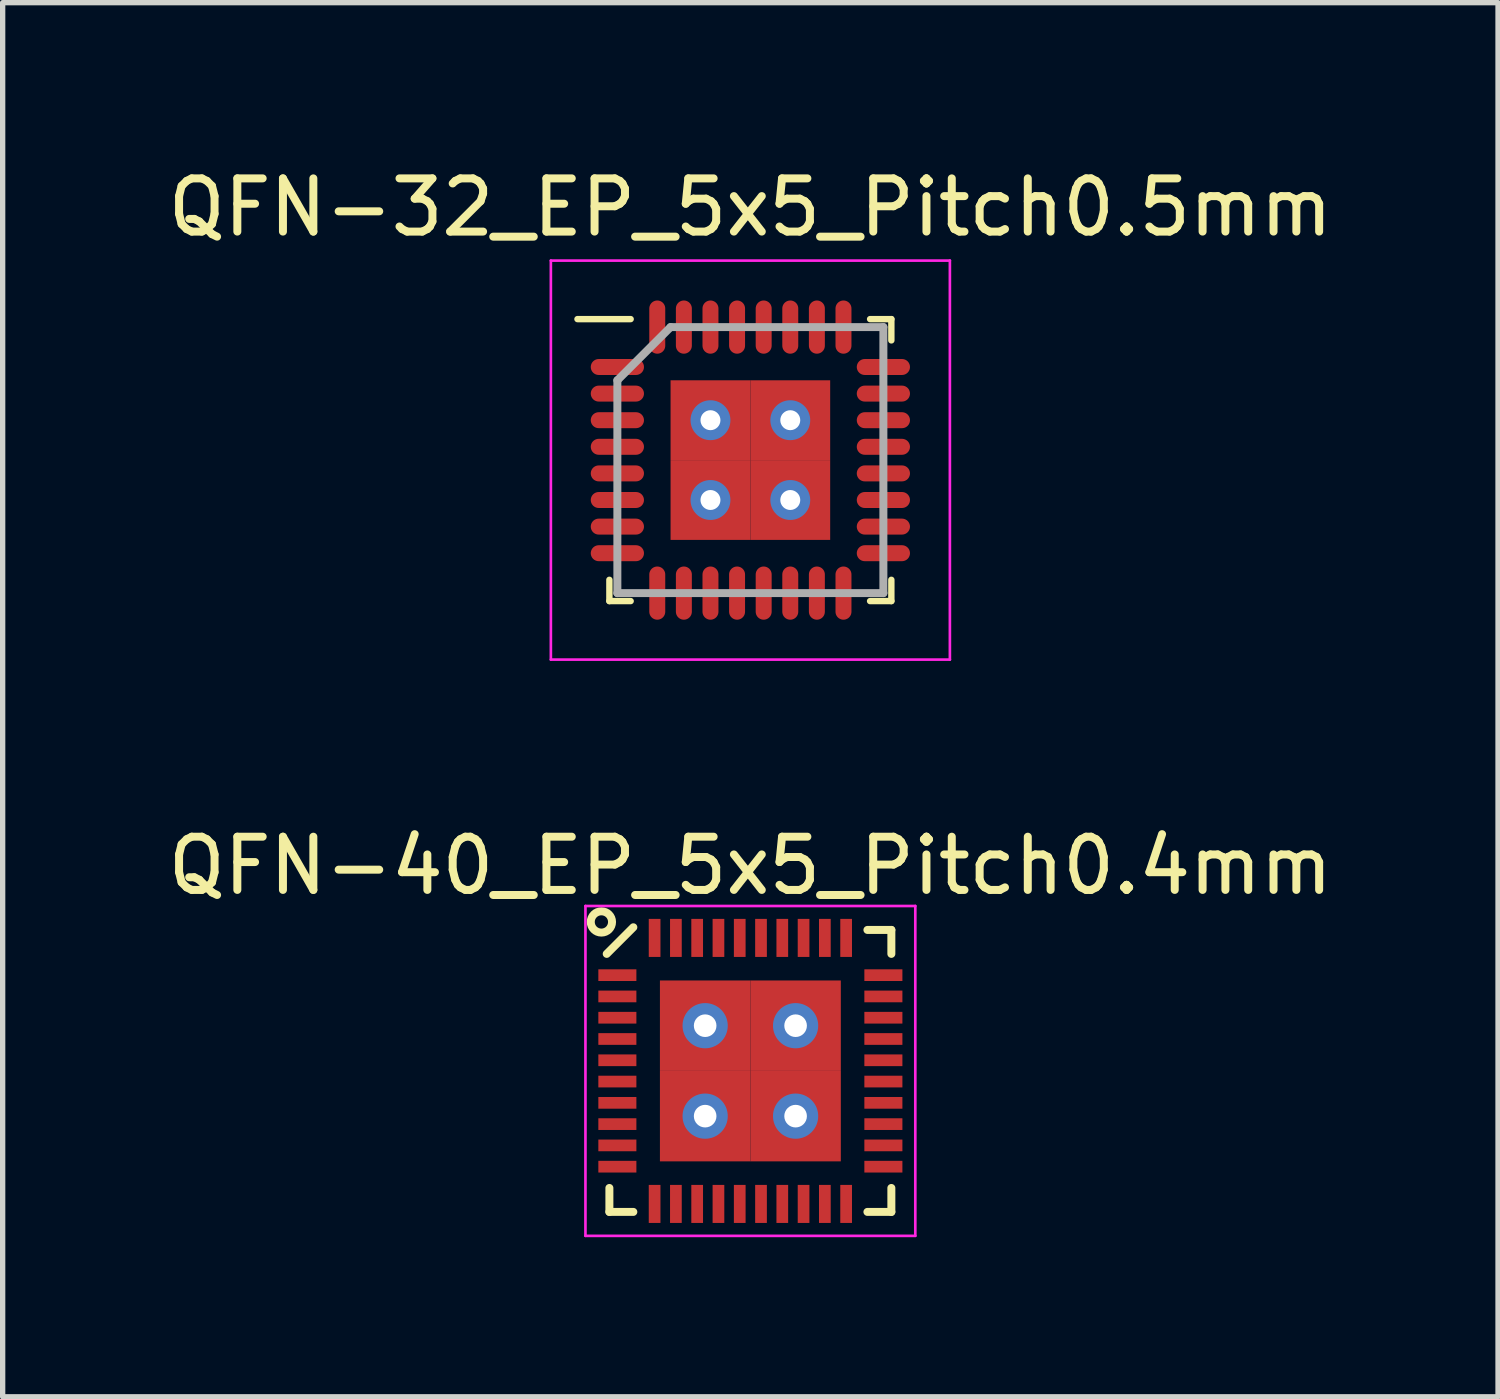
<source format=kicad_pcb>
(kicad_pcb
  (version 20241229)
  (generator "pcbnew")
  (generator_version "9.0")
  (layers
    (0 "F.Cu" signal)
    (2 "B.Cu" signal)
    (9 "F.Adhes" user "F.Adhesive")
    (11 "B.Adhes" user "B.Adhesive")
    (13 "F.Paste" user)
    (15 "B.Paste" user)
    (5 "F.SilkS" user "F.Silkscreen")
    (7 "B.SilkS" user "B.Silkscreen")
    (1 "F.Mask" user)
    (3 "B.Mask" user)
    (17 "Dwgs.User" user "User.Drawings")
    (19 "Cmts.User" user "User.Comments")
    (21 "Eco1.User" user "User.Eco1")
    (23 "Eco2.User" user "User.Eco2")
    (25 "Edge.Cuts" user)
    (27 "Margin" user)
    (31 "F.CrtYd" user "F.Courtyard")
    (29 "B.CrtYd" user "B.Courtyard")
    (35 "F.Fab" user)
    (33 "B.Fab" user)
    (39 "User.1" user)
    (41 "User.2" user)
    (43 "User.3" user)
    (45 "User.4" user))
  (footprint "QFN-40_EP_5x5_Pitch0.4mm"
    (layer "F.Cu")
    (at 11.054 17.079)
    (property "Reference" "QFN-40_EP_5x5_Pitch0.4mm" (at 0 -3.857 0) (layer "F.SilkS") (effects (font (size 1 1) (thickness 0.15))))
    (attr smd)
    (fp_line (start -2.65 2.65) (end -2.65 2.2) (stroke (width 0.15) (type solid)) (layer "F.SilkS"))
    (fp_line (start -2.2 -2.7) (end -2.7 -2.2) (stroke (width 0.15) (type solid)) (layer "F.SilkS"))
    (fp_line (start -2.2 2.65) (end -2.65 2.65) (stroke (width 0.15) (type solid)) (layer "F.SilkS"))
    (fp_line (start 2.2 -2.65) (end 2.65 -2.65) (stroke (width 0.15) (type solid)) (layer "F.SilkS"))
    (fp_line (start 2.2 2.65) (end 2.65 2.65) (stroke (width 0.15) (type solid)) (layer "F.SilkS"))
    (fp_line (start 2.65 -2.65) (end 2.65 -2.2) (stroke (width 0.15) (type solid)) (layer "F.SilkS"))
    (fp_line (start 2.65 2.65) (end 2.65 2.2) (stroke (width 0.15) (type solid)) (layer "F.SilkS"))
    (fp_circle (center -2.8 -2.8) (end -2.6 -2.8) (stroke (width 0.15) (type solid)) (fill no) (layer "F.SilkS"))
    (fp_line (start -3.1 -3.1) (end 3.1 -3.1) (stroke (width 0.05) (type solid)) (layer "F.CrtYd"))
    (fp_line (start -3.1 3.1) (end -3.1 -3.1) (stroke (width 0.05) (type solid)) (layer "F.CrtYd"))
    (fp_line (start 3.1 -3.1) (end 3.1 3.1) (stroke (width 0.05) (type solid)) (layer "F.CrtYd"))
    (fp_line (start 3.1 3.1) (end -3.1 3.1) (stroke (width 0.05) (type solid)) (layer "F.CrtYd"))
    (pad "1" smd rect (at -2.5 -1.8 90) (size 0.22 0.715) (layers "F.Cu" "F.Mask" "F.Paste"))
    (pad "2" smd rect (at -2.5 -1.4 90) (size 0.22 0.715) (layers "F.Cu" "F.Mask" "F.Paste"))
    (pad "3" smd rect (at -2.5 -1 90) (size 0.22 0.715) (layers "F.Cu" "F.Mask" "F.Paste"))
    (pad "4" smd rect (at -2.5 -0.6 90) (size 0.22 0.715) (layers "F.Cu" "F.Mask" "F.Paste"))
    (pad "5" smd rect (at -2.5 -0.2 90) (size 0.22 0.715) (layers "F.Cu" "F.Mask" "F.Paste"))
    (pad "6" smd rect (at -2.5 0.2 90) (size 0.22 0.715) (layers "F.Cu" "F.Mask" "F.Paste"))
    (pad "7" smd rect (at -2.5 0.6 90) (size 0.22 0.715) (layers "F.Cu" "F.Mask" "F.Paste"))
    (pad "8" smd rect (at -2.5 1 90) (size 0.22 0.715) (layers "F.Cu" "F.Mask" "F.Paste"))
    (pad "9" smd rect (at -2.5 1.4 90) (size 0.22 0.715) (layers "F.Cu" "F.Mask" "F.Paste"))
    (pad "10" smd rect (at -2.5 1.8 90) (size 0.22 0.715) (layers "F.Cu" "F.Mask" "F.Paste"))
    (pad "11" smd rect (at -1.8 2.5) (size 0.22 0.715) (layers "F.Cu" "F.Mask" "F.Paste"))
    (pad "12" smd rect (at -1.4 2.5) (size 0.22 0.715) (layers "F.Cu" "F.Mask" "F.Paste"))
    (pad "13" smd rect (at -1 2.5) (size 0.22 0.715) (layers "F.Cu" "F.Mask" "F.Paste"))
    (pad "14" smd rect (at -0.6 2.5) (size 0.22 0.715) (layers "F.Cu" "F.Mask" "F.Paste"))
    (pad "15" smd rect (at -0.2 2.5) (size 0.22 0.715) (layers "F.Cu" "F.Mask" "F.Paste"))
    (pad "16" smd rect (at 0.2 2.5) (size 0.22 0.715) (layers "F.Cu" "F.Mask" "F.Paste"))
    (pad "17" smd rect (at 0.6 2.5) (size 0.22 0.715) (layers "F.Cu" "F.Mask" "F.Paste"))
    (pad "18" smd rect (at 1 2.5) (size 0.22 0.715) (layers "F.Cu" "F.Mask" "F.Paste"))
    (pad "19" smd rect (at 1.4 2.5) (size 0.22 0.715) (layers "F.Cu" "F.Mask" "F.Paste"))
    (pad "20" smd rect (at 1.8 2.5) (size 0.22 0.715) (layers "F.Cu" "F.Mask" "F.Paste"))
    (pad "21" smd rect (at 2.5 1.8 90) (size 0.22 0.715) (layers "F.Cu" "F.Mask" "F.Paste"))
    (pad "22" smd rect (at 2.5 1.4 90) (size 0.22 0.715) (layers "F.Cu" "F.Mask" "F.Paste"))
    (pad "23" smd rect (at 2.5 1 90) (size 0.22 0.715) (layers "F.Cu" "F.Mask" "F.Paste"))
    (pad "24" smd rect (at 2.5 0.6 90) (size 0.22 0.715) (layers "F.Cu" "F.Mask" "F.Paste"))
    (pad "25" smd rect (at 2.5 0.2 90) (size 0.22 0.715) (layers "F.Cu" "F.Mask" "F.Paste"))
    (pad "26" smd rect (at 2.5 -0.2 90) (size 0.22 0.715) (layers "F.Cu" "F.Mask" "F.Paste"))
    (pad "27" smd rect (at 2.5 -0.6 90) (size 0.22 0.715) (layers "F.Cu" "F.Mask" "F.Paste"))
    (pad "28" smd rect (at 2.5 -1 90) (size 0.22 0.715) (layers "F.Cu" "F.Mask" "F.Paste"))
    (pad "29" smd rect (at 2.5 -1.4 90) (size 0.22 0.715) (layers "F.Cu" "F.Mask" "F.Paste"))
    (pad "30" smd rect (at 2.5 -1.8 90) (size 0.22 0.715) (layers "F.Cu" "F.Mask" "F.Paste"))
    (pad "31" smd rect (at 1.8 -2.5) (size 0.22 0.715) (layers "F.Cu" "F.Mask" "F.Paste"))
    (pad "32" smd rect (at 1.4 -2.5) (size 0.22 0.715) (layers "F.Cu" "F.Mask" "F.Paste"))
    (pad "33" smd rect (at 1 -2.5) (size 0.22 0.715) (layers "F.Cu" "F.Mask" "F.Paste"))
    (pad "34" smd rect (at 0.6 -2.5) (size 0.22 0.715) (layers "F.Cu" "F.Mask" "F.Paste"))
    (pad "35" smd rect (at 0.2 -2.5) (size 0.22 0.715) (layers "F.Cu" "F.Mask" "F.Paste"))
    (pad "36" smd rect (at -0.2 -2.5) (size 0.22 0.715) (layers "F.Cu" "F.Mask" "F.Paste"))
    (pad "37" smd rect (at -0.6 -2.5) (size 0.22 0.715) (layers "F.Cu" "F.Mask" "F.Paste"))
    (pad "38" smd rect (at -1 -2.5) (size 0.22 0.715) (layers "F.Cu" "F.Mask" "F.Paste"))
    (pad "39" smd rect (at -1.4 -2.5) (size 0.22 0.715) (layers "F.Cu" "F.Mask" "F.Paste"))
    (pad "40" smd rect (at -1.8 -2.5) (size 0.22 0.715) (layers "F.Cu" "F.Mask" "F.Paste"))
    (pad "41" thru_hole circle (at -0.85 -0.85) (size 0.85 0.85) (drill 0.425) (layers "*.Cu" "*.Mask"))
    (pad "41" smd rect (at -0.85 -0.85) (size 1.7 1.7) (layers "F.Cu" "F.Mask" "F.Paste"))
    (pad "41" thru_hole circle (at -0.85 0.85) (size 0.85 0.85) (drill 0.425) (layers "*.Cu" "*.Mask"))
    (pad "41" smd rect (at -0.85 0.85) (size 1.7 1.7) (layers "F.Cu" "F.Mask" "F.Paste"))
    (pad "41" thru_hole circle (at 0.85 -0.85) (size 0.85 0.85) (drill 0.425) (layers "*.Cu" "*.Mask"))
    (pad "41" smd rect (at 0.85 -0.85) (size 1.7 1.7) (layers "F.Cu" "F.Mask" "F.Paste"))
    (pad "41" thru_hole circle (at 0.85 0.85) (size 0.85 0.85) (drill 0.425) (layers "*.Cu" "*.Mask"))
    (pad "41" smd rect (at 0.85 0.85) (size 1.7 1.7) (layers "F.Cu" "F.Mask" "F.Paste")))
  (footprint "QFN-32_EP_5x5_Pitch0.5mm"
    (layer "F.Cu")
    (at 11.054 5.598)
    (property "Reference" "QFN-32_EP_5x5_Pitch0.5mm" (at 0 -4.75 0) (layer "F.SilkS") (effects (font (size 1 1) (thickness 0.15))))
    (attr smd)
    (fp_line (start -2.65 2.65) (end -2.65 2.25) (stroke (width 0.12) (type solid)) (layer "F.SilkS"))
    (fp_line (start -2.25 -2.65) (end -3.25 -2.65) (stroke (width 0.12) (type solid)) (layer "F.SilkS"))
    (fp_line (start -2.25 2.65) (end -2.65 2.65) (stroke (width 0.12) (type solid)) (layer "F.SilkS"))
    (fp_line (start 2.25 -2.65) (end 2.65 -2.65) (stroke (width 0.12) (type solid)) (layer "F.SilkS"))
    (fp_line (start 2.25 2.65) (end 2.65 2.65) (stroke (width 0.12) (type solid)) (layer "F.SilkS"))
    (fp_line (start 2.65 -2.65) (end 2.65 -2.25) (stroke (width 0.12) (type solid)) (layer "F.SilkS"))
    (fp_line (start 2.65 2.65) (end 2.65 2.25) (stroke (width 0.12) (type solid)) (layer "F.SilkS"))
    (fp_line (start -3.75 -3.75) (end 3.75 -3.75) (stroke (width 0.05) (type solid)) (layer "F.CrtYd"))
    (fp_line (start -3.75 3.75) (end -3.75 -3.75) (stroke (width 0.05) (type solid)) (layer "F.CrtYd"))
    (fp_line (start 3.75 -3.75) (end 3.75 3.75) (stroke (width 0.05) (type solid)) (layer "F.CrtYd"))
    (fp_line (start 3.75 3.75) (end -3.75 3.75) (stroke (width 0.05) (type solid)) (layer "F.CrtYd"))
    (fp_line (start -2.5 -1.5) (end -2.5 2.5) (stroke (width 0.15) (type solid)) (layer "F.Fab"))
    (fp_line (start -2.5 2.5) (end 2.5 2.5) (stroke (width 0.15) (type solid)) (layer "F.Fab"))
    (fp_line (start -1.5 -2.5) (end -2.5 -1.5) (stroke (width 0.15) (type solid)) (layer "F.Fab"))
    (fp_line (start 2.5 -2.5) (end -1.5 -2.5) (stroke (width 0.15) (type solid)) (layer "F.Fab"))
    (fp_line (start 2.5 2.5) (end 2.5 -2.5) (stroke (width 0.15) (type solid)) (layer "F.Fab"))
    (pad "1" smd oval (at -2.5 -1.75 90) (size 0.3 1) (layers "F.Cu" "F.Mask" "F.Paste"))
    (pad "2" smd oval (at -2.5 -1.25 90) (size 0.3 1) (layers "F.Cu" "F.Mask" "F.Paste"))
    (pad "3" smd oval (at -2.5 -0.75 90) (size 0.3 1) (layers "F.Cu" "F.Mask" "F.Paste"))
    (pad "4" smd oval (at -2.5 -0.25 90) (size 0.3 1) (layers "F.Cu" "F.Mask" "F.Paste"))
    (pad "5" smd oval (at -2.5 0.25 90) (size 0.3 1) (layers "F.Cu" "F.Mask" "F.Paste"))
    (pad "6" smd oval (at -2.5 0.75 90) (size 0.3 1) (layers "F.Cu" "F.Mask" "F.Paste"))
    (pad "7" smd oval (at -2.5 1.25 90) (size 0.3 1) (layers "F.Cu" "F.Mask" "F.Paste"))
    (pad "8" smd oval (at -2.5 1.75 90) (size 0.3 1) (layers "F.Cu" "F.Mask" "F.Paste"))
    (pad "9" smd oval (at -1.75 2.5) (size 0.3 1) (layers "F.Cu" "F.Mask" "F.Paste"))
    (pad "10" smd oval (at -1.25 2.5) (size 0.3 1) (layers "F.Cu" "F.Mask" "F.Paste"))
    (pad "11" smd oval (at -0.75 2.5) (size 0.3 1) (layers "F.Cu" "F.Mask" "F.Paste"))
    (pad "12" smd oval (at -0.25 2.5) (size 0.3 1) (layers "F.Cu" "F.Mask" "F.Paste"))
    (pad "13" smd oval (at 0.25 2.5) (size 0.3 1) (layers "F.Cu" "F.Mask" "F.Paste"))
    (pad "14" smd oval (at 0.75 2.5) (size 0.3 1) (layers "F.Cu" "F.Mask" "F.Paste"))
    (pad "15" smd oval (at 1.25 2.5) (size 0.3 1) (layers "F.Cu" "F.Mask" "F.Paste"))
    (pad "16" smd oval (at 1.75 2.5) (size 0.3 1) (layers "F.Cu" "F.Mask" "F.Paste"))
    (pad "17" smd oval (at 2.5 1.75 90) (size 0.3 1) (layers "F.Cu" "F.Mask" "F.Paste"))
    (pad "18" smd oval (at 2.5 1.25 90) (size 0.3 1) (layers "F.Cu" "F.Mask" "F.Paste"))
    (pad "19" smd oval (at 2.5 0.75 90) (size 0.3 1) (layers "F.Cu" "F.Mask" "F.Paste"))
    (pad "20" smd oval (at 2.5 0.25 90) (size 0.3 1) (layers "F.Cu" "F.Mask" "F.Paste"))
    (pad "21" smd oval (at 2.5 -0.25 90) (size 0.3 1) (layers "F.Cu" "F.Mask" "F.Paste"))
    (pad "22" smd oval (at 2.5 -0.75 90) (size 0.3 1) (layers "F.Cu" "F.Mask" "F.Paste"))
    (pad "23" smd oval (at 2.5 -1.25 90) (size 0.3 1) (layers "F.Cu" "F.Mask" "F.Paste"))
    (pad "24" smd oval (at 2.5 -1.75 90) (size 0.3 1) (layers "F.Cu" "F.Mask" "F.Paste"))
    (pad "25" smd oval (at 1.75 -2.5) (size 0.3 1) (layers "F.Cu" "F.Mask" "F.Paste"))
    (pad "26" smd oval (at 1.25 -2.5) (size 0.3 1) (layers "F.Cu" "F.Mask" "F.Paste"))
    (pad "27" smd oval (at 0.75 -2.5) (size 0.3 1) (layers "F.Cu" "F.Mask" "F.Paste"))
    (pad "28" smd oval (at 0.25 -2.5) (size 0.3 1) (layers "F.Cu" "F.Mask" "F.Paste"))
    (pad "29" smd oval (at -0.25 -2.5) (size 0.3 1) (layers "F.Cu" "F.Mask" "F.Paste"))
    (pad "30" smd oval (at -0.75 -2.5) (size 0.3 1) (layers "F.Cu" "F.Mask" "F.Paste"))
    (pad "31" smd oval (at -1.25 -2.5) (size 0.3 1) (layers "F.Cu" "F.Mask" "F.Paste"))
    (pad "32" smd oval (at -1.75 -2.5) (size 0.3 1) (layers "F.Cu" "F.Mask" "F.Paste"))
    (pad "33" thru_hole circle (at -0.75 -0.75) (size 0.75 0.75) (drill 0.375) (layers "*.Cu" "*.Mask"))
    (pad "33" smd rect (at -0.75 -0.75) (size 1.5 1.5) (layers "F.Cu" "F.Mask" "F.Paste"))
    (pad "33" thru_hole circle (at -0.75 0.75) (size 0.75 0.75) (drill 0.375) (layers "*.Cu" "*.Mask"))
    (pad "33" smd rect (at -0.75 0.75) (size 1.5 1.5) (layers "F.Cu" "F.Mask" "F.Paste"))
    (pad "33" thru_hole circle (at 0.75 -0.75) (size 0.75 0.75) (drill 0.375) (layers "*.Cu" "*.Mask"))
    (pad "33" smd rect (at 0.75 -0.75) (size 1.5 1.5) (layers "F.Cu" "F.Mask" "F.Paste"))
    (pad "33" thru_hole circle (at 0.75 0.75) (size 0.75 0.75) (drill 0.375) (layers "*.Cu" "*.Mask"))
    (pad "33" smd rect (at 0.75 0.75) (size 1.5 1.5) (layers "F.Cu" "F.Mask" "F.Paste")))
  (gr_rect
    (start -3 -3)
    (end 25.107 23.204)
    (stroke (width 0.1) (type default))
    (fill no)
    (layer "Edge.Cuts")))
</source>
